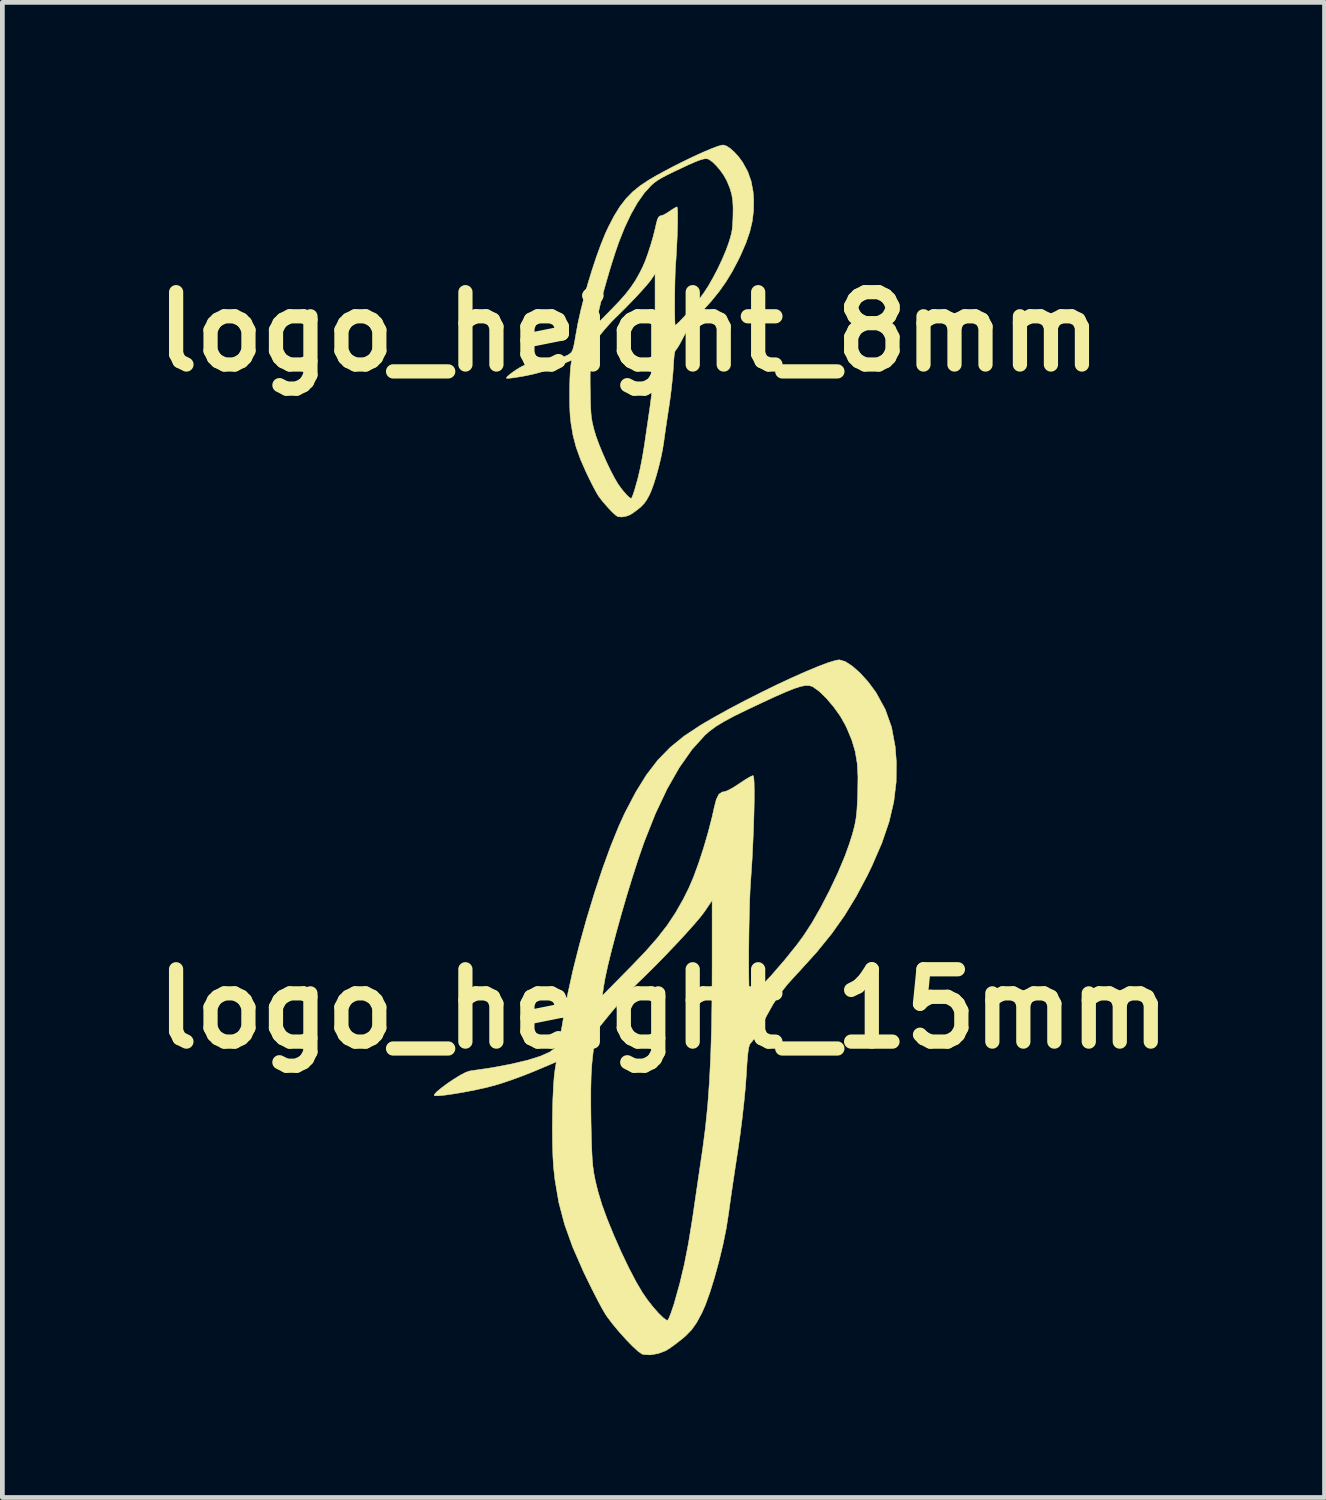
<source format=kicad_pcb>
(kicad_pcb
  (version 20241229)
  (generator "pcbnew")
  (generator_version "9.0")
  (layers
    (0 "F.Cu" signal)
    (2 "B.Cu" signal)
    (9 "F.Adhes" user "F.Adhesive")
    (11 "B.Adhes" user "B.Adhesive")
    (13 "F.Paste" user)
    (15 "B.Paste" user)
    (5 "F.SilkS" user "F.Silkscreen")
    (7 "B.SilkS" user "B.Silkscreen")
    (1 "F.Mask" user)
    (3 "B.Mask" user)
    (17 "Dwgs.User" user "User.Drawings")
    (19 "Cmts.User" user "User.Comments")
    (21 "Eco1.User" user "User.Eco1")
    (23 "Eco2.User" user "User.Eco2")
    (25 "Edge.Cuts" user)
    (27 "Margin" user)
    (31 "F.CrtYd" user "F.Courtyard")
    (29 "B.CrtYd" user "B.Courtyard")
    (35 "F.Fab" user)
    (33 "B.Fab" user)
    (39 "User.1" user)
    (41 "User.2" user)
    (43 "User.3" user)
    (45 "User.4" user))
  (footprint "logo_height_15mm"
    (layer "F.Cu")
    (at 10.929 18.208)
    (property "Reference" "logo_height_15mm" (at 0 0 0) (layer "F.SilkS") (effects (font (size 1.524 1.524) (thickness 0.3))))
    (attr through_hole)
    (fp_poly (pts (xy 3.829 -7.32) (xy 3.98 -7.222) (xy 4.146 -7.075) (xy 4.314 -6.89) (xy 4.47 -6.679) (xy 4.482 -6.661) (xy 4.674 -6.31) (xy 4.807 -5.936) (xy 4.884 -5.522) (xy 4.908 -5.205) (xy 4.904 -4.781) (xy 4.854 -4.365) (xy 4.755 -3.942) (xy 4.603 -3.496) (xy 4.394 -3.014) (xy 4.299 -2.817) (xy 4.062 -2.371) (xy 3.816 -1.967) (xy 3.544 -1.583) (xy 3.232 -1.198) (xy 2.864 -0.791) (xy 2.823 -0.748) (xy 2.619 -0.524) (xy 2.455 -0.317) (xy 2.311 -0.1) (xy 2.168 0.157) (xy 2.095 0.299) (xy 2.009 0.462) (xy 1.929 0.599) (xy 1.867 0.689) (xy 1.846 0.71) (xy 1.818 0.748) (xy 1.796 0.823) (xy 1.778 0.948) (xy 1.762 1.134) (xy 1.746 1.393) (xy 1.745 1.41) (xy 1.727 1.66) (xy 1.697 1.968) (xy 1.659 2.309) (xy 1.615 2.657) (xy 1.568 2.987) (xy 1.564 3.008) (xy 1.518 3.311) (xy 1.473 3.611) (xy 1.432 3.889) (xy 1.398 4.127) (xy 1.374 4.303) (xy 1.369 4.336) (xy 1.322 4.635) (xy 1.254 4.969) (xy 1.17 5.317) (xy 1.077 5.658) (xy 0.98 5.972) (xy 0.884 6.238) (xy 0.812 6.402) (xy 0.702 6.607) (xy 0.595 6.76) (xy 0.469 6.889) (xy 0.398 6.95) (xy 0.261 7.057) (xy 0.134 7.149) (xy 0.045 7.204) (xy -0.113 7.263) (xy -0.281 7.291) (xy -0.421 7.282) (xy -0.45 7.273) (xy -0.531 7.217) (xy -0.648 7.11) (xy -0.787 6.967) (xy -0.933 6.805) (xy -1.071 6.639) (xy -1.186 6.487) (xy -1.224 6.43) (xy -1.292 6.314) (xy -1.386 6.138) (xy -1.496 5.923) (xy -1.613 5.686) (xy -1.689 5.528) (xy -1.913 5.016) (xy -2.083 4.541) (xy -2.205 4.077) (xy -2.286 3.6) (xy -2.315 3.335) (xy -2.329 3.107) (xy -2.337 2.83) (xy -2.34 2.524) (xy -2.337 2.208) (xy -2.33 1.903) (xy -2.32 1.702) (xy -1.53 1.702) (xy -1.53 2.06) (xy -1.526 2.373) (xy -1.519 2.696) (xy -1.511 2.949) (xy -1.501 3.149) (xy -1.487 3.313) (xy -1.467 3.457) (xy -1.44 3.598) (xy -1.404 3.75) (xy -1.375 3.863) (xy -1.297 4.122) (xy -1.184 4.432) (xy -1.045 4.771) (xy -0.892 5.118) (xy -0.733 5.451) (xy -0.578 5.748) (xy -0.444 5.976) (xy -0.337 6.131) (xy -0.219 6.281) (xy -0.104 6.412) (xy -0.004 6.509) (xy 0.067 6.56) (xy 0.09 6.561) (xy 0.118 6.512) (xy 0.162 6.401) (xy 0.213 6.25) (xy 0.232 6.188) (xy 0.345 5.784) (xy 0.442 5.376) (xy 0.528 4.936) (xy 0.608 4.441) (xy 0.62 4.362) (xy 0.665 4.053) (xy 0.717 3.698) (xy 0.77 3.336) (xy 0.819 3.006) (xy 0.83 2.929) (xy 0.886 2.495) (xy 0.933 2.034) (xy 0.969 1.538) (xy 0.996 0.994) (xy 1.014 0.394) (xy 1.024 -0.273) (xy 1.026 -0.856) (xy 1.026 -2.287) (xy 0.868 -2.052) (xy 0.782 -1.939) (xy 0.645 -1.778) (xy 0.469 -1.581) (xy 0.265 -1.361) (xy 0.044 -1.129) (xy -0.183 -0.897) (xy -0.404 -0.678) (xy -0.549 -0.539) (xy -0.673 -0.413) (xy -0.826 -0.245) (xy -0.988 -0.059) (xy -1.1 0.074) (xy -1.422 0.47) (xy -1.483 0.93) (xy -1.507 1.152) (xy -1.523 1.404) (xy -1.53 1.702) (xy -2.32 1.702) (xy -2.317 1.628) (xy -2.3 1.404) (xy -2.283 1.274) (xy -2.256 1.116) (xy -2.699 1.304) (xy -2.932 1.397) (xy -3.186 1.491) (xy -3.424 1.571) (xy -3.528 1.603) (xy -3.717 1.653) (xy -3.938 1.702) (xy -4.169 1.748) (xy -4.394 1.787) (xy -4.591 1.816) (xy -4.742 1.831) (xy -4.825 1.83) (xy -4.827 1.803) (xy -4.772 1.743) (xy -4.673 1.662) (xy -4.548 1.569) (xy -4.41 1.477) (xy -4.277 1.395) (xy -4.163 1.336) (xy -4.084 1.309) (xy -3.618 1.24) (xy -3.212 1.164) (xy -2.869 1.083) (xy -2.597 0.998) (xy -2.399 0.911) (xy -2.288 0.83) (xy -2.244 0.769) (xy -2.207 0.677) (xy -2.171 0.542) (xy -2.133 0.348) (xy -2.099 0.139) (xy -2.022 -0.278) (xy -1.287 -0.278) (xy -0.684 -0.89) (xy -0.379 -1.208) (xy -0.13 -1.491) (xy 0.078 -1.758) (xy 0.256 -2.026) (xy 0.418 -2.311) (xy 0.534 -2.544) (xy 0.634 -2.776) (xy 0.74 -3.067) (xy 0.847 -3.393) (xy 0.945 -3.73) (xy 1.028 -4.053) (xy 1.067 -4.23) (xy 1.114 -4.413) (xy 1.168 -4.522) (xy 1.239 -4.57) (xy 1.281 -4.575) (xy 1.351 -4.599) (xy 1.465 -4.66) (xy 1.598 -4.746) (xy 1.727 -4.832) (xy 1.831 -4.893) (xy 1.889 -4.917) (xy 1.889 -4.918) (xy 1.903 -4.877) (xy 1.911 -4.762) (xy 1.914 -4.584) (xy 1.913 -4.354) (xy 1.907 -4.084) (xy 1.898 -3.784) (xy 1.884 -3.467) (xy 1.868 -3.142) (xy 1.847 -2.822) (xy 1.837 -2.673) (xy 1.826 -2.496) (xy 1.817 -2.272) (xy 1.81 -2.015) (xy 1.804 -1.736) (xy 1.8 -1.45) (xy 1.797 -1.167) (xy 1.797 -0.901) (xy 1.799 -0.665) (xy 1.803 -0.472) (xy 1.809 -0.334) (xy 1.817 -0.263) (xy 1.821 -0.257) (xy 1.862 -0.285) (xy 1.942 -0.358) (xy 2.024 -0.438) (xy 2.289 -0.722) (xy 2.559 -1.035) (xy 2.809 -1.346) (xy 2.951 -1.538) (xy 3.128 -1.81) (xy 3.316 -2.139) (xy 3.503 -2.5) (xy 3.677 -2.868) (xy 3.824 -3.218) (xy 3.917 -3.476) (xy 3.983 -3.684) (xy 4.028 -3.854) (xy 4.058 -4.013) (xy 4.077 -4.189) (xy 4.089 -4.409) (xy 4.094 -4.548) (xy 4.099 -4.89) (xy 4.083 -5.173) (xy 4.042 -5.42) (xy 3.972 -5.657) (xy 3.868 -5.908) (xy 3.831 -5.985) (xy 3.725 -6.172) (xy 3.587 -6.364) (xy 3.435 -6.543) (xy 3.284 -6.69) (xy 3.153 -6.784) (xy 3.127 -6.797) (xy 3.065 -6.813) (xy 2.988 -6.813) (xy 2.888 -6.793) (xy 2.755 -6.75) (xy 2.58 -6.68) (xy 2.355 -6.581) (xy 2.07 -6.449) (xy 1.765 -6.305) (xy 1.487 -6.169) (xy 1.273 -6.054) (xy 1.106 -5.952) (xy 0.971 -5.852) (xy 0.874 -5.767) (xy 0.602 -5.466) (xy 0.335 -5.086) (xy 0.076 -4.632) (xy -0.17 -4.111) (xy -0.401 -3.529) (xy -0.422 -3.471) (xy -0.536 -3.141) (xy -0.654 -2.774) (xy -0.773 -2.387) (xy -0.888 -1.992) (xy -0.995 -1.606) (xy -1.09 -1.244) (xy -1.17 -0.92) (xy -1.229 -0.648) (xy -1.26 -0.47) (xy -1.287 -0.278) (xy -2.022 -0.278) (xy -2.015 -0.32) (xy -1.904 -0.823) (xy -1.77 -1.353) (xy -1.619 -1.896) (xy -1.456 -2.432) (xy -1.286 -2.947) (xy -1.113 -3.424) (xy -0.942 -3.845) (xy -0.814 -4.126) (xy -0.585 -4.563) (xy -0.358 -4.93) (xy -0.12 -5.24) (xy 0.142 -5.509) (xy 0.44 -5.751) (xy 0.786 -5.979) (xy 0.798 -5.987) (xy 1.081 -6.151) (xy 1.392 -6.323) (xy 1.721 -6.496) (xy 2.057 -6.666) (xy 2.39 -6.829) (xy 2.709 -6.978) (xy 3.004 -7.109) (xy 3.263 -7.217) (xy 3.476 -7.297) (xy 3.633 -7.344) (xy 3.706 -7.355) (xy 3.829 -7.32)) (stroke (width 0.01) (type solid)) (fill yes) (layer "F.SilkS")))
  (footprint "logo_height_8mm"
    (layer "F.Cu")
    (at 10.204 3.941)
    (property "Reference" "logo_height_8mm" (at 0 0 0) (layer "F.SilkS") (effects (font (size 1.524 1.524) (thickness 0.3))))
    (attr through_hole)
    (fp_poly (pts (xy 2.049 -3.917) (xy 2.13 -3.865) (xy 2.219 -3.786) (xy 2.309 -3.687) (xy 2.392 -3.574) (xy 2.398 -3.564) (xy 2.501 -3.376) (xy 2.572 -3.177) (xy 2.614 -2.955) (xy 2.627 -2.785) (xy 2.624 -2.558) (xy 2.598 -2.336) (xy 2.545 -2.109) (xy 2.463 -1.871) (xy 2.351 -1.613) (xy 2.3 -1.508) (xy 2.174 -1.269) (xy 2.042 -1.052) (xy 1.897 -0.847) (xy 1.73 -0.641) (xy 1.532 -0.423) (xy 1.511 -0.4) (xy 1.402 -0.28) (xy 1.314 -0.17) (xy 1.237 -0.053) (xy 1.16 0.084) (xy 1.121 0.16) (xy 1.075 0.247) (xy 1.032 0.321) (xy 0.999 0.369) (xy 0.988 0.38) (xy 0.973 0.4) (xy 0.961 0.441) (xy 0.951 0.507) (xy 0.943 0.607) (xy 0.934 0.745) (xy 0.934 0.755) (xy 0.924 0.888) (xy 0.908 1.053) (xy 0.888 1.236) (xy 0.864 1.422) (xy 0.839 1.598) (xy 0.837 1.61) (xy 0.812 1.772) (xy 0.788 1.932) (xy 0.766 2.081) (xy 0.748 2.208) (xy 0.735 2.303) (xy 0.733 2.32) (xy 0.707 2.481) (xy 0.671 2.659) (xy 0.626 2.845) (xy 0.576 3.028) (xy 0.524 3.196) (xy 0.473 3.338) (xy 0.435 3.426) (xy 0.376 3.536) (xy 0.319 3.617) (xy 0.251 3.687) (xy 0.213 3.719) (xy 0.139 3.777) (xy 0.071 3.825) (xy 0.024 3.855) (xy -0.061 3.887) (xy -0.15 3.902) (xy -0.225 3.897) (xy -0.241 3.892) (xy -0.284 3.862) (xy -0.347 3.805) (xy -0.421 3.728) (xy -0.499 3.641) (xy -0.573 3.553) (xy -0.635 3.471) (xy -0.655 3.441) (xy -0.691 3.379) (xy -0.742 3.285) (xy -0.801 3.17) (xy -0.863 3.043) (xy -0.904 2.958) (xy -1.024 2.684) (xy -1.115 2.43) (xy -1.18 2.182) (xy -1.223 1.927) (xy -1.239 1.785) (xy -1.246 1.663) (xy -1.251 1.514) (xy -1.252 1.351) (xy -1.251 1.182) (xy -1.247 1.018) (xy -1.242 0.911) (xy -0.819 0.911) (xy -0.819 1.102) (xy -0.816 1.27) (xy -0.813 1.443) (xy -0.809 1.578) (xy -0.803 1.685) (xy -0.796 1.773) (xy -0.785 1.85) (xy -0.771 1.925) (xy -0.751 2.007) (xy -0.736 2.067) (xy -0.694 2.206) (xy -0.633 2.372) (xy -0.559 2.553) (xy -0.477 2.739) (xy -0.392 2.917) (xy -0.309 3.076) (xy -0.238 3.198) (xy -0.18 3.281) (xy -0.117 3.361) (xy -0.056 3.431) (xy -0.002 3.483) (xy 0.036 3.51) (xy 0.048 3.511) (xy 0.063 3.485) (xy 0.087 3.426) (xy 0.114 3.344) (xy 0.124 3.311) (xy 0.185 3.095) (xy 0.236 2.877) (xy 0.282 2.642) (xy 0.326 2.377) (xy 0.332 2.334) (xy 0.356 2.169) (xy 0.384 1.979) (xy 0.412 1.785) (xy 0.438 1.609) (xy 0.444 1.567) (xy 0.474 1.335) (xy 0.499 1.089) (xy 0.518 0.823) (xy 0.533 0.532) (xy 0.543 0.211) (xy 0.548 -0.146) (xy 0.549 -0.458) (xy 0.549 -1.224) (xy 0.465 -1.098) (xy 0.418 -1.037) (xy 0.345 -0.951) (xy 0.251 -0.846) (xy 0.142 -0.728) (xy 0.023 -0.604) (xy -0.098 -0.48) (xy -0.216 -0.363) (xy -0.294 -0.288) (xy -0.36 -0.221) (xy -0.442 -0.131) (xy -0.529 -0.032) (xy -0.588 0.04) (xy -0.761 0.252) (xy -0.794 0.498) (xy -0.807 0.616) (xy -0.815 0.751) (xy -0.819 0.911) (xy -1.242 0.911) (xy -1.24 0.871) (xy -1.231 0.751) (xy -1.222 0.682) (xy -1.207 0.597) (xy -1.445 0.698) (xy -1.569 0.748) (xy -1.705 0.798) (xy -1.832 0.841) (xy -1.888 0.858) (xy -1.989 0.885) (xy -2.107 0.911) (xy -2.231 0.936) (xy -2.351 0.956) (xy -2.457 0.972) (xy -2.538 0.98) (xy -2.582 0.979) (xy -2.583 0.965) (xy -2.553 0.933) (xy -2.501 0.889) (xy -2.434 0.84) (xy -2.36 0.79) (xy -2.289 0.747) (xy -2.228 0.715) (xy -2.185 0.7) (xy -1.936 0.663) (xy -1.719 0.623) (xy -1.535 0.58) (xy -1.389 0.534) (xy -1.284 0.488) (xy -1.224 0.444) (xy -1.201 0.411) (xy -1.181 0.363) (xy -1.162 0.29) (xy -1.142 0.186) (xy -1.123 0.074) (xy -1.082 -0.149) (xy -0.689 -0.149) (xy -0.366 -0.476) (xy -0.203 -0.646) (xy -0.069 -0.798) (xy 0.041 -0.941) (xy 0.137 -1.084) (xy 0.223 -1.237) (xy 0.286 -1.362) (xy 0.339 -1.485) (xy 0.396 -1.641) (xy 0.453 -1.816) (xy 0.506 -1.996) (xy 0.55 -2.169) (xy 0.571 -2.264) (xy 0.596 -2.361) (xy 0.625 -2.42) (xy 0.663 -2.446) (xy 0.685 -2.448) (xy 0.723 -2.461) (xy 0.784 -2.494) (xy 0.855 -2.54) (xy 0.924 -2.586) (xy 0.98 -2.619) (xy 1.011 -2.632) (xy 1.011 -2.632) (xy 1.018 -2.61) (xy 1.023 -2.548) (xy 1.024 -2.453) (xy 1.024 -2.33) (xy 1.021 -2.185) (xy 1.016 -2.025) (xy 1.008 -1.855) (xy 0.999 -1.681) (xy 0.989 -1.51) (xy 0.983 -1.43) (xy 0.977 -1.335) (xy 0.972 -1.216) (xy 0.968 -1.078) (xy 0.965 -0.929) (xy 0.963 -0.776) (xy 0.962 -0.624) (xy 0.962 -0.482) (xy 0.963 -0.356) (xy 0.965 -0.253) (xy 0.968 -0.178) (xy 0.972 -0.141) (xy 0.974 -0.137) (xy 0.996 -0.152) (xy 1.039 -0.191) (xy 1.083 -0.235) (xy 1.225 -0.386) (xy 1.37 -0.554) (xy 1.503 -0.72) (xy 1.579 -0.823) (xy 1.674 -0.969) (xy 1.774 -1.145) (xy 1.875 -1.338) (xy 1.967 -1.535) (xy 2.046 -1.722) (xy 2.096 -1.86) (xy 2.131 -1.971) (xy 2.156 -2.062) (xy 2.172 -2.147) (xy 2.182 -2.242) (xy 2.188 -2.36) (xy 2.191 -2.434) (xy 2.193 -2.617) (xy 2.185 -2.768) (xy 2.163 -2.9) (xy 2.125 -3.027) (xy 2.07 -3.161) (xy 2.05 -3.203) (xy 1.993 -3.303) (xy 1.92 -3.406) (xy 1.838 -3.502) (xy 1.758 -3.58) (xy 1.687 -3.63) (xy 1.673 -3.637) (xy 1.64 -3.646) (xy 1.599 -3.646) (xy 1.546 -3.635) (xy 1.474 -3.612) (xy 1.381 -3.575) (xy 1.26 -3.522) (xy 1.108 -3.451) (xy 0.945 -3.374) (xy 0.796 -3.301) (xy 0.681 -3.24) (xy 0.592 -3.185) (xy 0.52 -3.132) (xy 0.468 -3.086) (xy 0.322 -2.925) (xy 0.179 -2.722) (xy 0.041 -2.479) (xy -0.091 -2.2) (xy -0.215 -1.889) (xy -0.226 -1.857) (xy -0.287 -1.681) (xy -0.35 -1.485) (xy -0.414 -1.277) (xy -0.475 -1.066) (xy -0.533 -0.86) (xy -0.584 -0.666) (xy -0.626 -0.492) (xy -0.657 -0.347) (xy -0.674 -0.252) (xy -0.689 -0.149) (xy -1.082 -0.149) (xy -1.078 -0.171) (xy -1.019 -0.44) (xy -0.947 -0.724) (xy -0.867 -1.014) (xy -0.779 -1.302) (xy -0.688 -1.577) (xy -0.595 -1.832) (xy -0.504 -2.058) (xy -0.435 -2.208) (xy -0.313 -2.442) (xy -0.192 -2.638) (xy -0.064 -2.804) (xy 0.076 -2.948) (xy 0.235 -3.077) (xy 0.42 -3.2) (xy 0.427 -3.204) (xy 0.578 -3.292) (xy 0.745 -3.383) (xy 0.921 -3.476) (xy 1.101 -3.567) (xy 1.279 -3.654) (xy 1.45 -3.734) (xy 1.607 -3.804) (xy 1.746 -3.862) (xy 1.86 -3.905) (xy 1.944 -3.93) (xy 1.983 -3.936) (xy 2.049 -3.917)) (stroke (width 0.01) (type solid)) (fill yes) (layer "F.SilkS")))
  (gr_rect
    (start -3 -3)
    (end 24.859 28.504)
    (stroke (width 0.1) (type default))
    (fill no)
    (layer "Edge.Cuts")))
</source>
